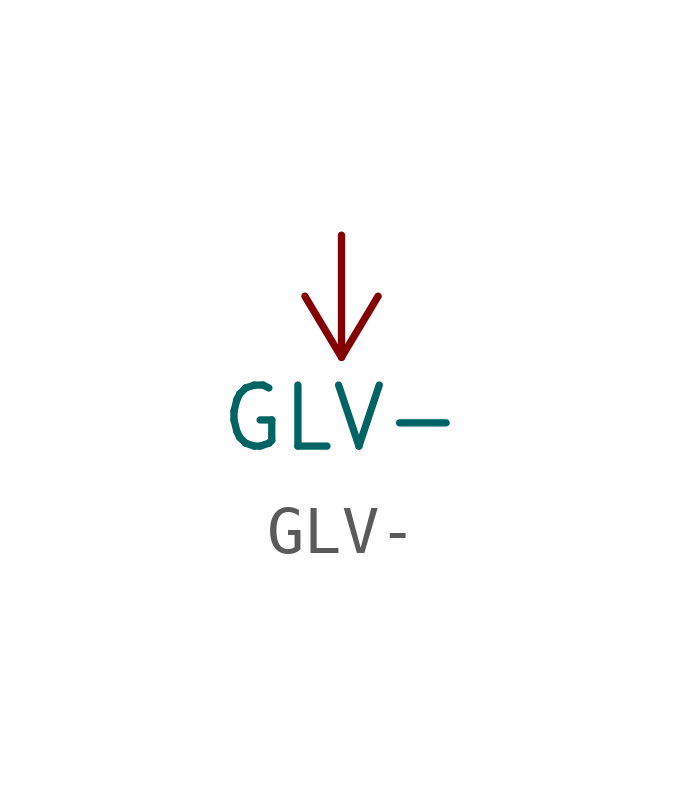
<source format=kicad_sym>
(kicad_symbol_lib
  (version 20211014)
  (generator kicad_symbol_editor)
  (symbol "GLV-"
    (power)
    (pin_names
      (offset 0))
    (property "Reference" "#PWR"
      (at 0 -6.35 0)
      (effects (font (size 1.27 1.27)) hide))
    (property "Value" "GLV-"
      (at 0 -3.81 0)
      (effects (font (size 1.27 1.27))))
    (symbol "GLV-_0_1"
      (polyline (pts (xy -0.762 -1.27) (xy 0 -2.54)) (stroke (width 0) (type default) (color 0 0 0 0)) (fill (type none)))
      (polyline (pts (xy 0 -2.54) (xy 0.762 -1.27)) (stroke (width 0) (type default) (color 0 0 0 0)) (fill (type none)))
      (polyline (pts (xy 0 0) (xy 0 -2.54)) (stroke (width 0) (type default) (color 0 0 0 0)) (fill (type none))))
    (symbol "GLV-_1_1"
      (pin power_in line (at 0 0 90) (length 0) hide (name "GLV-" (effects (font (size 1.27 1.27)))) (number "1" (effects (font (size 1.27 1.27))))))))
</source>
